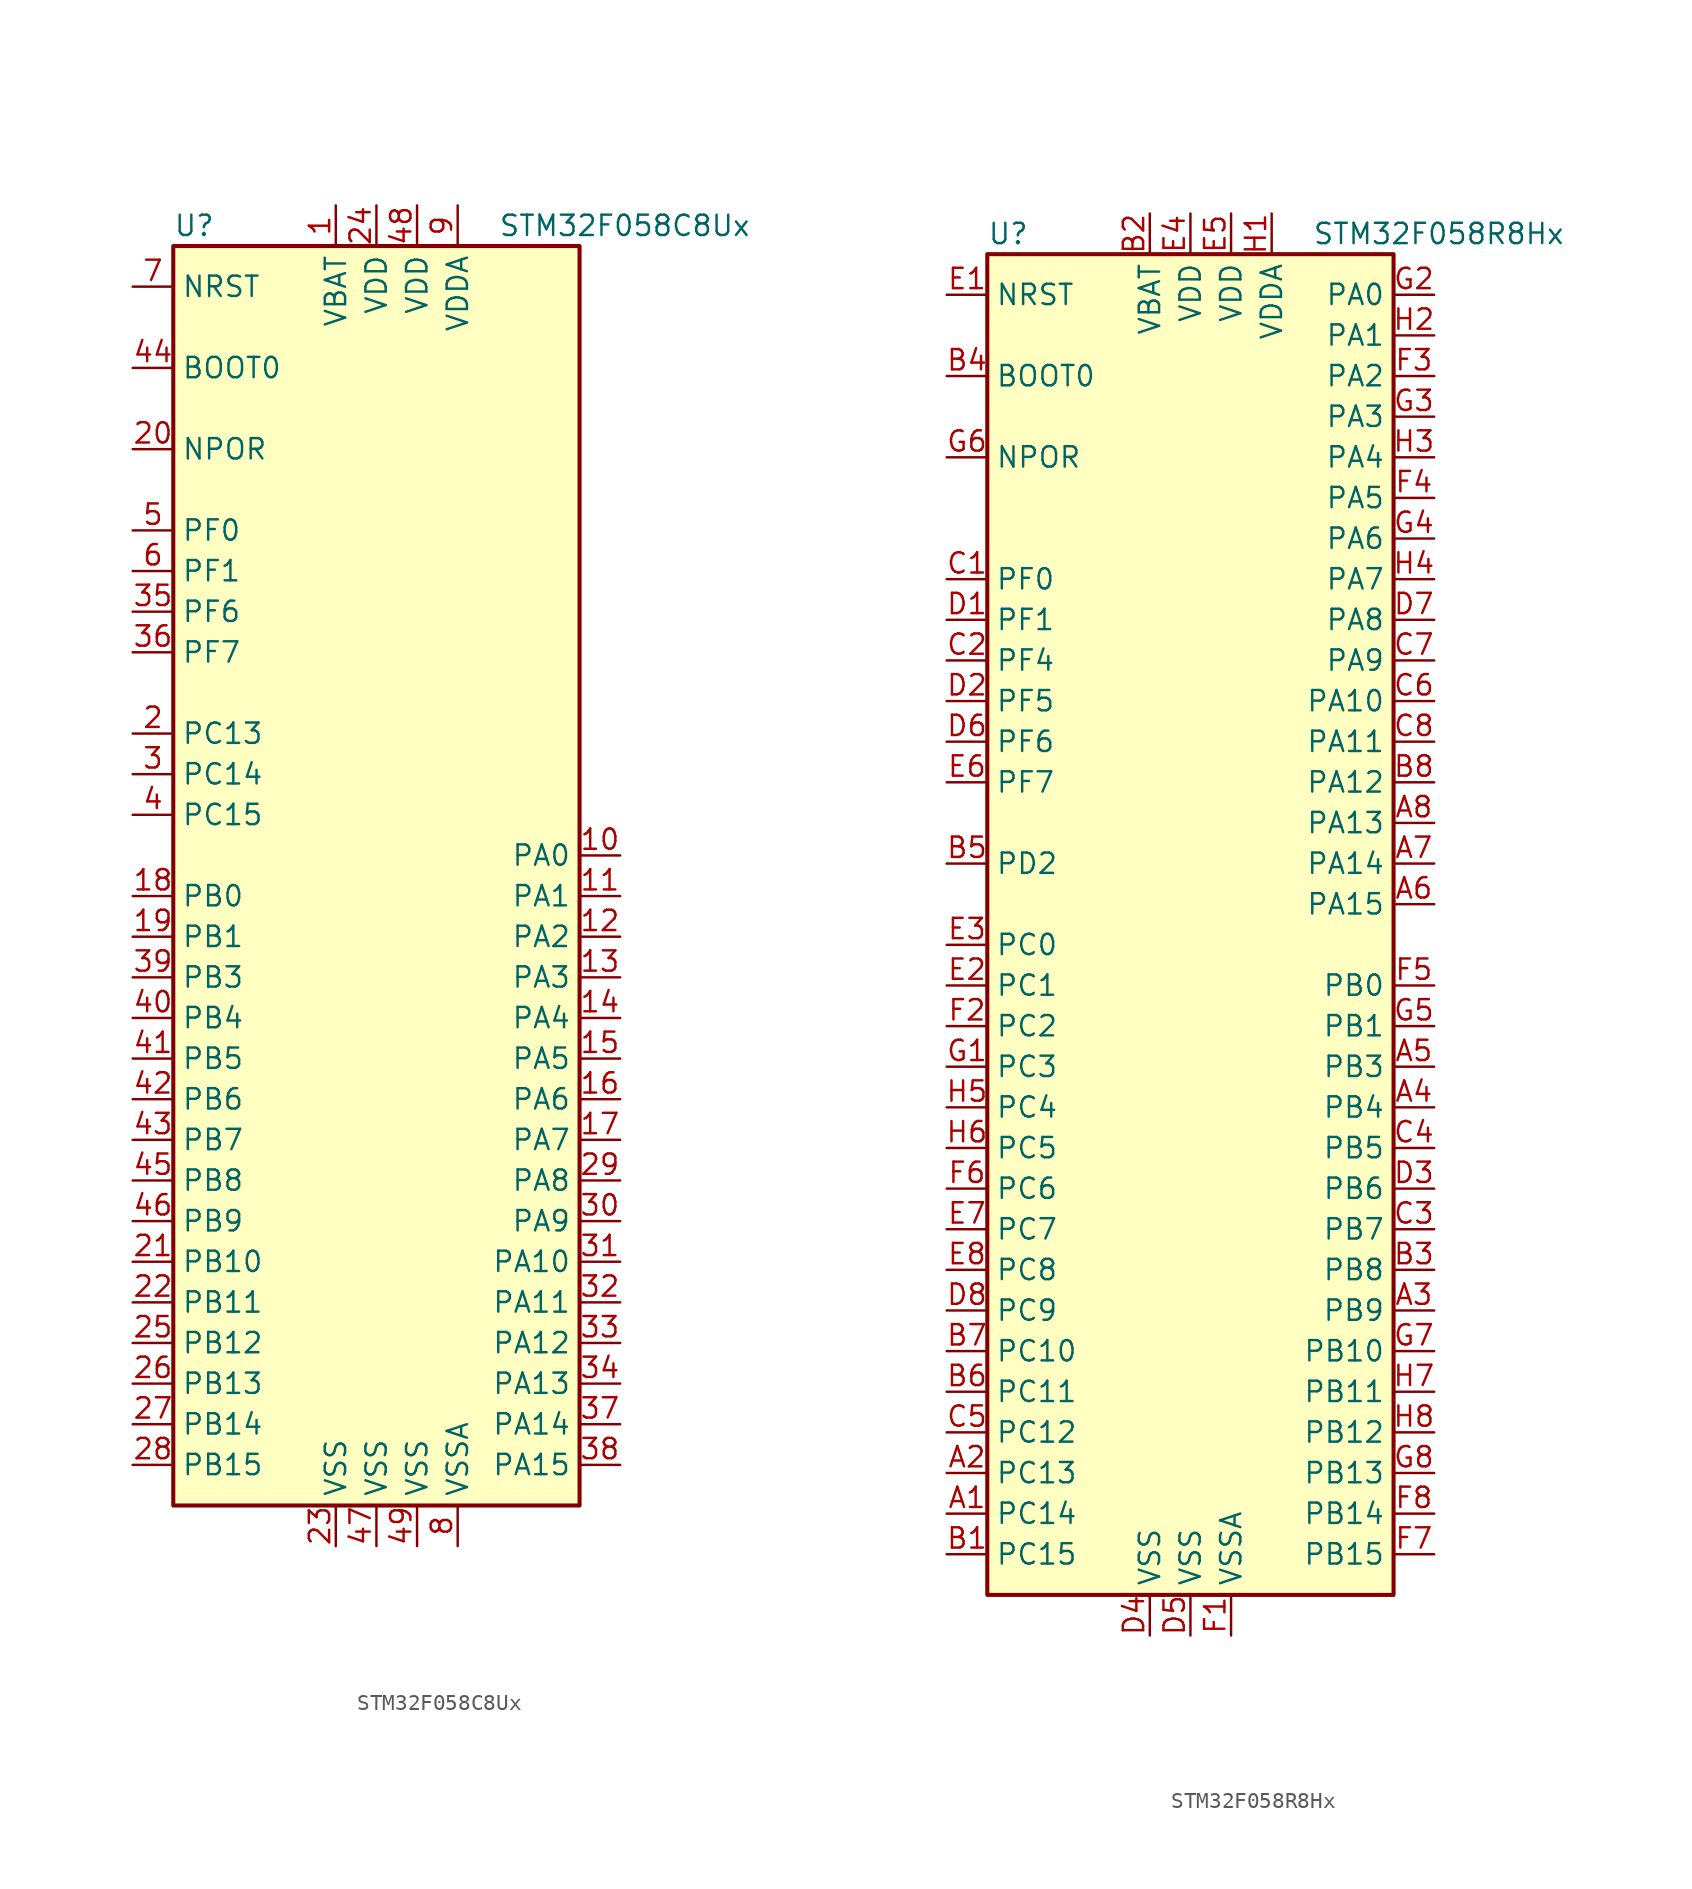
<source format=kicad_sym>
(kicad_symbol_lib
  (version 20211014)
  (generator kicad_symbol_editor)
  (symbol "STM32F058C8Ux"
    (property "Reference" "U"
      (at -12.7 39.37 0)
      (effects (font (size 1.27 1.27)) (justify left)))
    (property "Value" "STM32F058C8Ux"
      (at 7.62 39.37 0)
      (effects (font (size 1.27 1.27)) (justify left)))
    (symbol "STM32F058C8Ux_0_1"
      (rectangle (start -12.7 -40.64) (end 12.7 38.1) (stroke (width 0.254) (type default) (color 0 0 0 0)) (fill (type background))))
    (symbol "STM32F058C8Ux_1_1"
      (pin power_in line (at -2.54 40.64 270) (length 2.54) (name "VBAT" (effects (font (size 1.27 1.27)))) (number "1" (effects (font (size 1.27 1.27)))))
      (pin bidirectional line (at 15.24 0 180) (length 2.54) (name "PA0" (effects (font (size 1.27 1.27)))) (number "10" (effects (font (size 1.27 1.27)))))
      (pin bidirectional line (at 15.24 -2.54 180) (length 2.54) (name "PA1" (effects (font (size 1.27 1.27)))) (number "11" (effects (font (size 1.27 1.27)))))
      (pin bidirectional line (at 15.24 -5.08 180) (length 2.54) (name "PA2" (effects (font (size 1.27 1.27)))) (number "12" (effects (font (size 1.27 1.27)))))
      (pin bidirectional line (at 15.24 -7.62 180) (length 2.54) (name "PA3" (effects (font (size 1.27 1.27)))) (number "13" (effects (font (size 1.27 1.27)))))
      (pin bidirectional line (at 15.24 -10.16 180) (length 2.54) (name "PA4" (effects (font (size 1.27 1.27)))) (number "14" (effects (font (size 1.27 1.27)))))
      (pin bidirectional line (at 15.24 -12.7 180) (length 2.54) (name "PA5" (effects (font (size 1.27 1.27)))) (number "15" (effects (font (size 1.27 1.27)))))
      (pin bidirectional line (at 15.24 -15.24 180) (length 2.54) (name "PA6" (effects (font (size 1.27 1.27)))) (number "16" (effects (font (size 1.27 1.27)))))
      (pin bidirectional line (at 15.24 -17.78 180) (length 2.54) (name "PA7" (effects (font (size 1.27 1.27)))) (number "17" (effects (font (size 1.27 1.27)))))
      (pin bidirectional line (at -15.24 -2.54 0) (length 2.54) (name "PB0" (effects (font (size 1.27 1.27)))) (number "18" (effects (font (size 1.27 1.27)))))
      (pin bidirectional line (at -15.24 -5.08 0) (length 2.54) (name "PB1" (effects (font (size 1.27 1.27)))) (number "19" (effects (font (size 1.27 1.27)))))
      (pin bidirectional line (at -15.24 7.62 0) (length 2.54) (name "PC13" (effects (font (size 1.27 1.27)))) (number "2" (effects (font (size 1.27 1.27)))))
      (pin power_in line (at -15.24 25.4 0) (length 2.54) (name "NPOR" (effects (font (size 1.27 1.27)))) (number "20" (effects (font (size 1.27 1.27)))))
      (pin bidirectional line (at -15.24 -25.4 0) (length 2.54) (name "PB10" (effects (font (size 1.27 1.27)))) (number "21" (effects (font (size 1.27 1.27)))))
      (pin bidirectional line (at -15.24 -27.94 0) (length 2.54) (name "PB11" (effects (font (size 1.27 1.27)))) (number "22" (effects (font (size 1.27 1.27)))))
      (pin power_in line (at -2.54 -43.18 90) (length 2.54) (name "VSS" (effects (font (size 1.27 1.27)))) (number "23" (effects (font (size 1.27 1.27)))))
      (pin power_in line (at 0 40.64 270) (length 2.54) (name "VDD" (effects (font (size 1.27 1.27)))) (number "24" (effects (font (size 1.27 1.27)))))
      (pin bidirectional line (at -15.24 -30.48 0) (length 2.54) (name "PB12" (effects (font (size 1.27 1.27)))) (number "25" (effects (font (size 1.27 1.27)))))
      (pin bidirectional line (at -15.24 -33.02 0) (length 2.54) (name "PB13" (effects (font (size 1.27 1.27)))) (number "26" (effects (font (size 1.27 1.27)))))
      (pin bidirectional line (at -15.24 -35.56 0) (length 2.54) (name "PB14" (effects (font (size 1.27 1.27)))) (number "27" (effects (font (size 1.27 1.27)))))
      (pin bidirectional line (at -15.24 -38.1 0) (length 2.54) (name "PB15" (effects (font (size 1.27 1.27)))) (number "28" (effects (font (size 1.27 1.27)))))
      (pin bidirectional line (at 15.24 -20.32 180) (length 2.54) (name "PA8" (effects (font (size 1.27 1.27)))) (number "29" (effects (font (size 1.27 1.27)))))
      (pin bidirectional line (at -15.24 5.08 0) (length 2.54) (name "PC14" (effects (font (size 1.27 1.27)))) (number "3" (effects (font (size 1.27 1.27)))))
      (pin bidirectional line (at 15.24 -22.86 180) (length 2.54) (name "PA9" (effects (font (size 1.27 1.27)))) (number "30" (effects (font (size 1.27 1.27)))))
      (pin bidirectional line (at 15.24 -25.4 180) (length 2.54) (name "PA10" (effects (font (size 1.27 1.27)))) (number "31" (effects (font (size 1.27 1.27)))))
      (pin bidirectional line (at 15.24 -27.94 180) (length 2.54) (name "PA11" (effects (font (size 1.27 1.27)))) (number "32" (effects (font (size 1.27 1.27)))))
      (pin bidirectional line (at 15.24 -30.48 180) (length 2.54) (name "PA12" (effects (font (size 1.27 1.27)))) (number "33" (effects (font (size 1.27 1.27)))))
      (pin bidirectional line (at 15.24 -33.02 180) (length 2.54) (name "PA13" (effects (font (size 1.27 1.27)))) (number "34" (effects (font (size 1.27 1.27)))))
      (pin bidirectional line (at -15.24 15.24 0) (length 2.54) (name "PF6" (effects (font (size 1.27 1.27)))) (number "35" (effects (font (size 1.27 1.27)))))
      (pin bidirectional line (at -15.24 12.7 0) (length 2.54) (name "PF7" (effects (font (size 1.27 1.27)))) (number "36" (effects (font (size 1.27 1.27)))))
      (pin bidirectional line (at 15.24 -35.56 180) (length 2.54) (name "PA14" (effects (font (size 1.27 1.27)))) (number "37" (effects (font (size 1.27 1.27)))))
      (pin bidirectional line (at 15.24 -38.1 180) (length 2.54) (name "PA15" (effects (font (size 1.27 1.27)))) (number "38" (effects (font (size 1.27 1.27)))))
      (pin bidirectional line (at -15.24 -7.62 0) (length 2.54) (name "PB3" (effects (font (size 1.27 1.27)))) (number "39" (effects (font (size 1.27 1.27)))))
      (pin bidirectional line (at -15.24 2.54 0) (length 2.54) (name "PC15" (effects (font (size 1.27 1.27)))) (number "4" (effects (font (size 1.27 1.27)))))
      (pin bidirectional line (at -15.24 -10.16 0) (length 2.54) (name "PB4" (effects (font (size 1.27 1.27)))) (number "40" (effects (font (size 1.27 1.27)))))
      (pin bidirectional line (at -15.24 -12.7 0) (length 2.54) (name "PB5" (effects (font (size 1.27 1.27)))) (number "41" (effects (font (size 1.27 1.27)))))
      (pin bidirectional line (at -15.24 -15.24 0) (length 2.54) (name "PB6" (effects (font (size 1.27 1.27)))) (number "42" (effects (font (size 1.27 1.27)))))
      (pin bidirectional line (at -15.24 -17.78 0) (length 2.54) (name "PB7" (effects (font (size 1.27 1.27)))) (number "43" (effects (font (size 1.27 1.27)))))
      (pin input line (at -15.24 30.48 0) (length 2.54) (name "BOOT0" (effects (font (size 1.27 1.27)))) (number "44" (effects (font (size 1.27 1.27)))))
      (pin bidirectional line (at -15.24 -20.32 0) (length 2.54) (name "PB8" (effects (font (size 1.27 1.27)))) (number "45" (effects (font (size 1.27 1.27)))))
      (pin bidirectional line (at -15.24 -22.86 0) (length 2.54) (name "PB9" (effects (font (size 1.27 1.27)))) (number "46" (effects (font (size 1.27 1.27)))))
      (pin power_in line (at 0 -43.18 90) (length 2.54) (name "VSS" (effects (font (size 1.27 1.27)))) (number "47" (effects (font (size 1.27 1.27)))))
      (pin power_in line (at 2.54 40.64 270) (length 2.54) (name "VDD" (effects (font (size 1.27 1.27)))) (number "48" (effects (font (size 1.27 1.27)))))
      (pin power_in line (at 2.54 -43.18 90) (length 2.54) (name "VSS" (effects (font (size 1.27 1.27)))) (number "49" (effects (font (size 1.27 1.27)))))
      (pin input line (at -15.24 20.32 0) (length 2.54) (name "PF0" (effects (font (size 1.27 1.27)))) (number "5" (effects (font (size 1.27 1.27)))))
      (pin input line (at -15.24 17.78 0) (length 2.54) (name "PF1" (effects (font (size 1.27 1.27)))) (number "6" (effects (font (size 1.27 1.27)))))
      (pin input line (at -15.24 35.56 0) (length 2.54) (name "NRST" (effects (font (size 1.27 1.27)))) (number "7" (effects (font (size 1.27 1.27)))))
      (pin power_in line (at 5.08 -43.18 90) (length 2.54) (name "VSSA" (effects (font (size 1.27 1.27)))) (number "8" (effects (font (size 1.27 1.27)))))
      (pin power_in line (at 5.08 40.64 270) (length 2.54) (name "VDDA" (effects (font (size 1.27 1.27)))) (number "9" (effects (font (size 1.27 1.27)))))))
  (symbol "STM32F058R8Hx"
    (property "Reference" "U"
      (at -12.7 41.91 0)
      (effects (font (size 1.27 1.27)) (justify left)))
    (property "Value" "STM32F058R8Hx"
      (at 7.62 41.91 0)
      (effects (font (size 1.27 1.27)) (justify left)))
    (symbol "STM32F058R8Hx_0_1"
      (rectangle (start -12.7 -43.18) (end 12.7 40.64) (stroke (width 0.254) (type default) (color 0 0 0 0)) (fill (type background))))
    (symbol "STM32F058R8Hx_1_1"
      (pin bidirectional line (at -15.24 -38.1 0) (length 2.54) (name "PC14" (effects (font (size 1.27 1.27)))) (number "A1" (effects (font (size 1.27 1.27)))))
      (pin bidirectional line (at -15.24 -35.56 0) (length 2.54) (name "PC13" (effects (font (size 1.27 1.27)))) (number "A2" (effects (font (size 1.27 1.27)))))
      (pin bidirectional line (at 15.24 -25.4 180) (length 2.54) (name "PB9" (effects (font (size 1.27 1.27)))) (number "A3" (effects (font (size 1.27 1.27)))))
      (pin bidirectional line (at 15.24 -12.7 180) (length 2.54) (name "PB4" (effects (font (size 1.27 1.27)))) (number "A4" (effects (font (size 1.27 1.27)))))
      (pin bidirectional line (at 15.24 -10.16 180) (length 2.54) (name "PB3" (effects (font (size 1.27 1.27)))) (number "A5" (effects (font (size 1.27 1.27)))))
      (pin bidirectional line (at 15.24 0 180) (length 2.54) (name "PA15" (effects (font (size 1.27 1.27)))) (number "A6" (effects (font (size 1.27 1.27)))))
      (pin bidirectional line (at 15.24 2.54 180) (length 2.54) (name "PA14" (effects (font (size 1.27 1.27)))) (number "A7" (effects (font (size 1.27 1.27)))))
      (pin bidirectional line (at 15.24 5.08 180) (length 2.54) (name "PA13" (effects (font (size 1.27 1.27)))) (number "A8" (effects (font (size 1.27 1.27)))))
      (pin bidirectional line (at -15.24 -40.64 0) (length 2.54) (name "PC15" (effects (font (size 1.27 1.27)))) (number "B1" (effects (font (size 1.27 1.27)))))
      (pin power_in line (at -2.54 43.18 270) (length 2.54) (name "VBAT" (effects (font (size 1.27 1.27)))) (number "B2" (effects (font (size 1.27 1.27)))))
      (pin bidirectional line (at 15.24 -22.86 180) (length 2.54) (name "PB8" (effects (font (size 1.27 1.27)))) (number "B3" (effects (font (size 1.27 1.27)))))
      (pin input line (at -15.24 33.02 0) (length 2.54) (name "BOOT0" (effects (font (size 1.27 1.27)))) (number "B4" (effects (font (size 1.27 1.27)))))
      (pin bidirectional line (at -15.24 2.54 0) (length 2.54) (name "PD2" (effects (font (size 1.27 1.27)))) (number "B5" (effects (font (size 1.27 1.27)))))
      (pin bidirectional line (at -15.24 -30.48 0) (length 2.54) (name "PC11" (effects (font (size 1.27 1.27)))) (number "B6" (effects (font (size 1.27 1.27)))))
      (pin bidirectional line (at -15.24 -27.94 0) (length 2.54) (name "PC10" (effects (font (size 1.27 1.27)))) (number "B7" (effects (font (size 1.27 1.27)))))
      (pin bidirectional line (at 15.24 7.62 180) (length 2.54) (name "PA12" (effects (font (size 1.27 1.27)))) (number "B8" (effects (font (size 1.27 1.27)))))
      (pin input line (at -15.24 20.32 0) (length 2.54) (name "PF0" (effects (font (size 1.27 1.27)))) (number "C1" (effects (font (size 1.27 1.27)))))
      (pin bidirectional line (at -15.24 15.24 0) (length 2.54) (name "PF4" (effects (font (size 1.27 1.27)))) (number "C2" (effects (font (size 1.27 1.27)))))
      (pin bidirectional line (at 15.24 -20.32 180) (length 2.54) (name "PB7" (effects (font (size 1.27 1.27)))) (number "C3" (effects (font (size 1.27 1.27)))))
      (pin bidirectional line (at 15.24 -15.24 180) (length 2.54) (name "PB5" (effects (font (size 1.27 1.27)))) (number "C4" (effects (font (size 1.27 1.27)))))
      (pin bidirectional line (at -15.24 -33.02 0) (length 2.54) (name "PC12" (effects (font (size 1.27 1.27)))) (number "C5" (effects (font (size 1.27 1.27)))))
      (pin bidirectional line (at 15.24 12.7 180) (length 2.54) (name "PA10" (effects (font (size 1.27 1.27)))) (number "C6" (effects (font (size 1.27 1.27)))))
      (pin bidirectional line (at 15.24 15.24 180) (length 2.54) (name "PA9" (effects (font (size 1.27 1.27)))) (number "C7" (effects (font (size 1.27 1.27)))))
      (pin bidirectional line (at 15.24 10.16 180) (length 2.54) (name "PA11" (effects (font (size 1.27 1.27)))) (number "C8" (effects (font (size 1.27 1.27)))))
      (pin input line (at -15.24 17.78 0) (length 2.54) (name "PF1" (effects (font (size 1.27 1.27)))) (number "D1" (effects (font (size 1.27 1.27)))))
      (pin bidirectional line (at -15.24 12.7 0) (length 2.54) (name "PF5" (effects (font (size 1.27 1.27)))) (number "D2" (effects (font (size 1.27 1.27)))))
      (pin bidirectional line (at 15.24 -17.78 180) (length 2.54) (name "PB6" (effects (font (size 1.27 1.27)))) (number "D3" (effects (font (size 1.27 1.27)))))
      (pin power_in line (at -2.54 -45.72 90) (length 2.54) (name "VSS" (effects (font (size 1.27 1.27)))) (number "D4" (effects (font (size 1.27 1.27)))))
      (pin power_in line (at 0 -45.72 90) (length 2.54) (name "VSS" (effects (font (size 1.27 1.27)))) (number "D5" (effects (font (size 1.27 1.27)))))
      (pin bidirectional line (at -15.24 10.16 0) (length 2.54) (name "PF6" (effects (font (size 1.27 1.27)))) (number "D6" (effects (font (size 1.27 1.27)))))
      (pin bidirectional line (at 15.24 17.78 180) (length 2.54) (name "PA8" (effects (font (size 1.27 1.27)))) (number "D7" (effects (font (size 1.27 1.27)))))
      (pin bidirectional line (at -15.24 -25.4 0) (length 2.54) (name "PC9" (effects (font (size 1.27 1.27)))) (number "D8" (effects (font (size 1.27 1.27)))))
      (pin input line (at -15.24 38.1 0) (length 2.54) (name "NRST" (effects (font (size 1.27 1.27)))) (number "E1" (effects (font (size 1.27 1.27)))))
      (pin bidirectional line (at -15.24 -5.08 0) (length 2.54) (name "PC1" (effects (font (size 1.27 1.27)))) (number "E2" (effects (font (size 1.27 1.27)))))
      (pin bidirectional line (at -15.24 -2.54 0) (length 2.54) (name "PC0" (effects (font (size 1.27 1.27)))) (number "E3" (effects (font (size 1.27 1.27)))))
      (pin power_in line (at 0 43.18 270) (length 2.54) (name "VDD" (effects (font (size 1.27 1.27)))) (number "E4" (effects (font (size 1.27 1.27)))))
      (pin power_in line (at 2.54 43.18 270) (length 2.54) (name "VDD" (effects (font (size 1.27 1.27)))) (number "E5" (effects (font (size 1.27 1.27)))))
      (pin bidirectional line (at -15.24 7.62 0) (length 2.54) (name "PF7" (effects (font (size 1.27 1.27)))) (number "E6" (effects (font (size 1.27 1.27)))))
      (pin bidirectional line (at -15.24 -20.32 0) (length 2.54) (name "PC7" (effects (font (size 1.27 1.27)))) (number "E7" (effects (font (size 1.27 1.27)))))
      (pin bidirectional line (at -15.24 -22.86 0) (length 2.54) (name "PC8" (effects (font (size 1.27 1.27)))) (number "E8" (effects (font (size 1.27 1.27)))))
      (pin power_in line (at 2.54 -45.72 90) (length 2.54) (name "VSSA" (effects (font (size 1.27 1.27)))) (number "F1" (effects (font (size 1.27 1.27)))))
      (pin bidirectional line (at -15.24 -7.62 0) (length 2.54) (name "PC2" (effects (font (size 1.27 1.27)))) (number "F2" (effects (font (size 1.27 1.27)))))
      (pin bidirectional line (at 15.24 33.02 180) (length 2.54) (name "PA2" (effects (font (size 1.27 1.27)))) (number "F3" (effects (font (size 1.27 1.27)))))
      (pin bidirectional line (at 15.24 25.4 180) (length 2.54) (name "PA5" (effects (font (size 1.27 1.27)))) (number "F4" (effects (font (size 1.27 1.27)))))
      (pin bidirectional line (at 15.24 -5.08 180) (length 2.54) (name "PB0" (effects (font (size 1.27 1.27)))) (number "F5" (effects (font (size 1.27 1.27)))))
      (pin bidirectional line (at -15.24 -17.78 0) (length 2.54) (name "PC6" (effects (font (size 1.27 1.27)))) (number "F6" (effects (font (size 1.27 1.27)))))
      (pin bidirectional line (at 15.24 -40.64 180) (length 2.54) (name "PB15" (effects (font (size 1.27 1.27)))) (number "F7" (effects (font (size 1.27 1.27)))))
      (pin bidirectional line (at 15.24 -38.1 180) (length 2.54) (name "PB14" (effects (font (size 1.27 1.27)))) (number "F8" (effects (font (size 1.27 1.27)))))
      (pin bidirectional line (at -15.24 -10.16 0) (length 2.54) (name "PC3" (effects (font (size 1.27 1.27)))) (number "G1" (effects (font (size 1.27 1.27)))))
      (pin bidirectional line (at 15.24 38.1 180) (length 2.54) (name "PA0" (effects (font (size 1.27 1.27)))) (number "G2" (effects (font (size 1.27 1.27)))))
      (pin bidirectional line (at 15.24 30.48 180) (length 2.54) (name "PA3" (effects (font (size 1.27 1.27)))) (number "G3" (effects (font (size 1.27 1.27)))))
      (pin bidirectional line (at 15.24 22.86 180) (length 2.54) (name "PA6" (effects (font (size 1.27 1.27)))) (number "G4" (effects (font (size 1.27 1.27)))))
      (pin bidirectional line (at 15.24 -7.62 180) (length 2.54) (name "PB1" (effects (font (size 1.27 1.27)))) (number "G5" (effects (font (size 1.27 1.27)))))
      (pin power_in line (at -15.24 27.94 0) (length 2.54) (name "NPOR" (effects (font (size 1.27 1.27)))) (number "G6" (effects (font (size 1.27 1.27)))))
      (pin bidirectional line (at 15.24 -27.94 180) (length 2.54) (name "PB10" (effects (font (size 1.27 1.27)))) (number "G7" (effects (font (size 1.27 1.27)))))
      (pin bidirectional line (at 15.24 -35.56 180) (length 2.54) (name "PB13" (effects (font (size 1.27 1.27)))) (number "G8" (effects (font (size 1.27 1.27)))))
      (pin power_in line (at 5.08 43.18 270) (length 2.54) (name "VDDA" (effects (font (size 1.27 1.27)))) (number "H1" (effects (font (size 1.27 1.27)))))
      (pin bidirectional line (at 15.24 35.56 180) (length 2.54) (name "PA1" (effects (font (size 1.27 1.27)))) (number "H2" (effects (font (size 1.27 1.27)))))
      (pin bidirectional line (at 15.24 27.94 180) (length 2.54) (name "PA4" (effects (font (size 1.27 1.27)))) (number "H3" (effects (font (size 1.27 1.27)))))
      (pin bidirectional line (at 15.24 20.32 180) (length 2.54) (name "PA7" (effects (font (size 1.27 1.27)))) (number "H4" (effects (font (size 1.27 1.27)))))
      (pin bidirectional line (at -15.24 -12.7 0) (length 2.54) (name "PC4" (effects (font (size 1.27 1.27)))) (number "H5" (effects (font (size 1.27 1.27)))))
      (pin bidirectional line (at -15.24 -15.24 0) (length 2.54) (name "PC5" (effects (font (size 1.27 1.27)))) (number "H6" (effects (font (size 1.27 1.27)))))
      (pin bidirectional line (at 15.24 -30.48 180) (length 2.54) (name "PB11" (effects (font (size 1.27 1.27)))) (number "H7" (effects (font (size 1.27 1.27)))))
      (pin bidirectional line (at 15.24 -33.02 180) (length 2.54) (name "PB12" (effects (font (size 1.27 1.27)))) (number "H8" (effects (font (size 1.27 1.27))))))))
</source>
